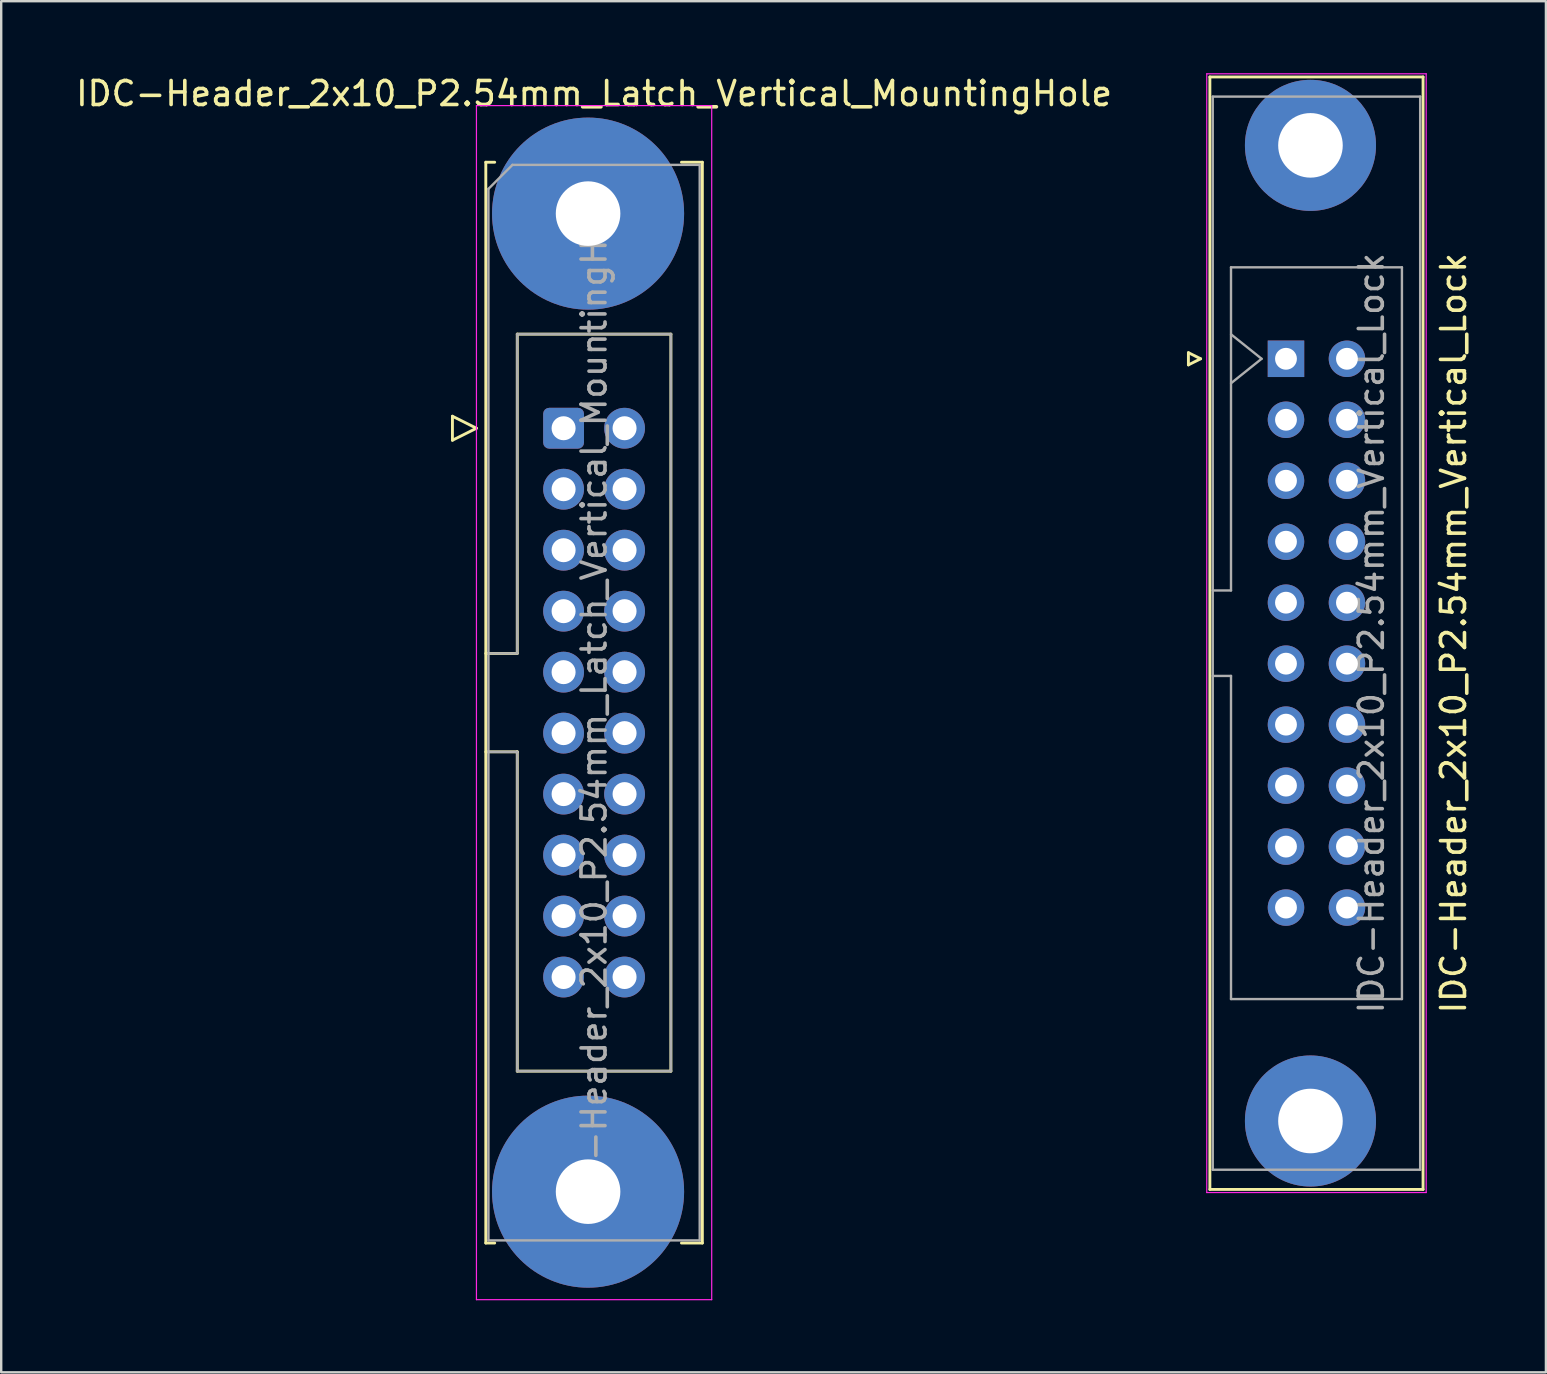
<source format=kicad_pcb>
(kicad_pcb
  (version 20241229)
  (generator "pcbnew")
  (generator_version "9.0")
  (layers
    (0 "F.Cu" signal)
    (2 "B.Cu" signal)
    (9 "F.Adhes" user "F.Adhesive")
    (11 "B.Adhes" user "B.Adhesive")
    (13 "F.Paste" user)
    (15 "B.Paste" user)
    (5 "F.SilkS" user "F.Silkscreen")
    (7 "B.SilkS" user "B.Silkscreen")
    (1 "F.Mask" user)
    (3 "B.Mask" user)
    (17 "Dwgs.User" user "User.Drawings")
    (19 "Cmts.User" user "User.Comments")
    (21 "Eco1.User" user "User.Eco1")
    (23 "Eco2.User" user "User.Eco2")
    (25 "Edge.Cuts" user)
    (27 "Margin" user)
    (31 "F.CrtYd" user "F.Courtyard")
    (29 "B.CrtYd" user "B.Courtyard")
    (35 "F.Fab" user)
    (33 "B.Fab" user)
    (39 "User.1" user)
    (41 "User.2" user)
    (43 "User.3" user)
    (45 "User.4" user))
  (footprint "IDC-Header_2x10_P2.54mm_Vertical_Lock"
    (layer "F.Cu")
    (at 50.517 11.895)
    (property "Reference" "IDC-Header_2x10_P2.54mm_Vertical_Lock" (at 6.98 11.43 270) (layer "F.SilkS") (effects (font (size 1 1) (thickness 0.15))))
    (attr through_hole)
    (fp_line (start -4.064 -0.254) (end -4.064 0.254) (stroke (width 0.12) (type solid)) (layer "F.SilkS"))
    (fp_line (start -4.064 0.254) (end -3.556 0) (stroke (width 0.12) (type solid)) (layer "F.SilkS"))
    (fp_line (start -3.556 0) (end -4.064 -0.254) (stroke (width 0.12) (type solid)) (layer "F.SilkS"))
    (fp_line (start -3.17 34.6) (end -3.17 -11.74) (stroke (width 0.12) (type solid)) (layer "F.SilkS"))
    (fp_line (start -3.17 34.6) (end 5.71 34.6) (stroke (width 0.12) (type solid)) (layer "F.SilkS"))
    (fp_line (start 5.71 -11.74) (end -3.17 -11.74) (stroke (width 0.12) (type solid)) (layer "F.SilkS"))
    (fp_line (start 5.71 -11.74) (end 5.71 34.6) (stroke (width 0.12) (type solid)) (layer "F.SilkS"))
    (fp_line (start -3.3 34.73) (end -3.3 -11.87) (stroke (width 0.05) (type solid)) (layer "F.CrtYd"))
    (fp_line (start -3.3 34.73) (end 5.84 34.73) (stroke (width 0.05) (type solid)) (layer "F.CrtYd"))
    (fp_line (start 5.84 -11.87) (end -3.3 -11.87) (stroke (width 0.05) (type solid)) (layer "F.CrtYd"))
    (fp_line (start 5.84 -11.87) (end 5.84 34.73) (stroke (width 0.05) (type solid)) (layer "F.CrtYd"))
    (fp_line (start -3.05 -10.92) (end -3.05 33.78) (stroke (width 0.1) (type solid)) (layer "F.Fab"))
    (fp_line (start -3.05 9.65) (end -2.29 9.65) (stroke (width 0.1) (type solid)) (layer "F.Fab"))
    (fp_line (start -3.05 33.78) (end 5.59 33.78) (stroke (width 0.1) (type solid)) (layer "F.Fab"))
    (fp_line (start -2.29 -3.81) (end 4.83 -3.81) (stroke (width 0.1) (type solid)) (layer "F.Fab"))
    (fp_line (start -2.29 9.65) (end -2.29 -3.81) (stroke (width 0.1) (type solid)) (layer "F.Fab"))
    (fp_line (start -2.29 13.21) (end -3.05 13.21) (stroke (width 0.1) (type solid)) (layer "F.Fab"))
    (fp_line (start -2.29 26.67) (end -2.29 13.21) (stroke (width 0.1) (type solid)) (layer "F.Fab"))
    (fp_line (start -2.286 -1.016) (end -1.016 0) (stroke (width 0.1) (type solid)) (layer "F.Fab"))
    (fp_line (start -1.016 0) (end -2.286 1.016) (stroke (width 0.1) (type solid)) (layer "F.Fab"))
    (fp_line (start 4.83 -3.81) (end 4.83 26.67) (stroke (width 0.1) (type solid)) (layer "F.Fab"))
    (fp_line (start 4.83 26.67) (end -2.29 26.67) (stroke (width 0.1) (type solid)) (layer "F.Fab"))
    (fp_line (start 5.59 -10.92) (end -3.05 -10.92) (stroke (width 0.1) (type solid)) (layer "F.Fab"))
    (fp_line (start 5.59 33.78) (end 5.59 -10.92) (stroke (width 0.1) (type solid)) (layer "F.Fab"))
    (fp_text user "${REFERENCE}" (at 3.556 11.43 90) (layer "F.Fab") (effects (font (size 1 1) (thickness 0.15))))
    (pad "" thru_hole circle (at 1.02 -8.89 270) (size 5.46 5.46) (drill 2.69) (layers "*.Cu" "*.Mask"))
    (pad "" thru_hole circle (at 1.02 31.75 270) (size 5.46 5.46) (drill 2.69) (layers "*.Cu" "*.Mask"))
    (pad "1" thru_hole rect (at 0 0 270) (size 1.52 1.52) (drill 0.91) (layers "*.Cu" "*.Mask"))
    (pad "2" thru_hole circle (at 2.54 0 270) (size 1.52 1.52) (drill 0.91) (layers "*.Cu" "*.Mask"))
    (pad "3" thru_hole circle (at 0 2.54 270) (size 1.52 1.52) (drill 0.91) (layers "*.Cu" "*.Mask"))
    (pad "4" thru_hole circle (at 2.54 2.54 270) (size 1.52 1.52) (drill 0.91) (layers "*.Cu" "*.Mask"))
    (pad "5" thru_hole circle (at 0 5.08 270) (size 1.52 1.52) (drill 0.91) (layers "*.Cu" "*.Mask"))
    (pad "6" thru_hole circle (at 2.54 5.08 270) (size 1.52 1.52) (drill 0.91) (layers "*.Cu" "*.Mask"))
    (pad "7" thru_hole circle (at 0 7.62 270) (size 1.52 1.52) (drill 0.91) (layers "*.Cu" "*.Mask"))
    (pad "8" thru_hole circle (at 2.54 7.62 270) (size 1.52 1.52) (drill 0.91) (layers "*.Cu" "*.Mask"))
    (pad "9" thru_hole circle (at 0 10.16 270) (size 1.52 1.52) (drill 0.91) (layers "*.Cu" "*.Mask"))
    (pad "10" thru_hole circle (at 2.54 10.16 270) (size 1.52 1.52) (drill 0.91) (layers "*.Cu" "*.Mask"))
    (pad "11" thru_hole circle (at 0 12.7 270) (size 1.52 1.52) (drill 0.91) (layers "*.Cu" "*.Mask"))
    (pad "12" thru_hole circle (at 2.54 12.7 270) (size 1.52 1.52) (drill 0.91) (layers "*.Cu" "*.Mask"))
    (pad "13" thru_hole circle (at 0 15.24 270) (size 1.52 1.52) (drill 0.91) (layers "*.Cu" "*.Mask"))
    (pad "14" thru_hole circle (at 2.54 15.24 270) (size 1.52 1.52) (drill 0.91) (layers "*.Cu" "*.Mask"))
    (pad "15" thru_hole circle (at 0 17.78 270) (size 1.52 1.52) (drill 0.91) (layers "*.Cu" "*.Mask"))
    (pad "16" thru_hole circle (at 2.54 17.78 270) (size 1.52 1.52) (drill 0.91) (layers "*.Cu" "*.Mask"))
    (pad "17" thru_hole circle (at 0 20.32 270) (size 1.52 1.52) (drill 0.91) (layers "*.Cu" "*.Mask"))
    (pad "18" thru_hole circle (at 2.54 20.32 270) (size 1.52 1.52) (drill 0.91) (layers "*.Cu" "*.Mask"))
    (pad "19" thru_hole circle (at 0 22.86 270) (size 1.52 1.52) (drill 0.91) (layers "*.Cu" "*.Mask"))
    (pad "20" thru_hole circle (at 2.54 22.86 270) (size 1.52 1.52) (drill 0.91) (layers "*.Cu" "*.Mask")))
  (footprint "IDC-Header_2x10_P2.54mm_Latch_Vertical_MountingHole"
    (layer "F.Cu")
    (at 20.426 14.788)
    (property "Reference" "IDC-Header_2x10_P2.54mm_Latch_Vertical_MountingHole" (at 1.27 -13.94 0) (layer "F.SilkS") (effects (font (size 1 1) (thickness 0.15))))
    (attr through_hole)
    (fp_line (start -4.63 -0.5) (end -4.63 0.5) (stroke (width 0.12) (type solid)) (layer "F.SilkS"))
    (fp_line (start -4.63 0.5) (end -3.63 0) (stroke (width 0.12) (type solid)) (layer "F.SilkS"))
    (fp_line (start -3.63 0) (end -4.63 -0.5) (stroke (width 0.12) (type solid)) (layer "F.SilkS"))
    (fp_line (start -3.24 -11.08) (end -3.24 33.94) (stroke (width 0.12) (type solid)) (layer "F.SilkS"))
    (fp_line (start -3.24 9.38) (end -1.93 9.38) (stroke (width 0.12) (type solid)) (layer "F.SilkS"))
    (fp_line (start -3.24 33.94) (end -2.87 33.94) (stroke (width 0.12) (type solid)) (layer "F.SilkS"))
    (fp_line (start -2.87 -11.08) (end -3.24 -11.08) (stroke (width 0.12) (type solid)) (layer "F.SilkS"))
    (fp_line (start -1.93 -3.92) (end 4.47 -3.92) (stroke (width 0.12) (type solid)) (layer "F.SilkS"))
    (fp_line (start -1.93 9.38) (end -1.93 -3.92) (stroke (width 0.12) (type solid)) (layer "F.SilkS"))
    (fp_line (start -1.93 13.48) (end -3.24 13.48) (stroke (width 0.12) (type solid)) (layer "F.SilkS"))
    (fp_line (start -1.93 13.48) (end -1.93 13.48) (stroke (width 0.12) (type solid)) (layer "F.SilkS"))
    (fp_line (start -1.93 26.78) (end -1.93 13.48) (stroke (width 0.12) (type solid)) (layer "F.SilkS"))
    (fp_line (start 4.47 -3.92) (end 4.47 26.78) (stroke (width 0.12) (type solid)) (layer "F.SilkS"))
    (fp_line (start 4.47 26.78) (end -1.93 26.78) (stroke (width 0.12) (type solid)) (layer "F.SilkS"))
    (fp_line (start 4.91 -11.08) (end 5.78 -11.08) (stroke (width 0.12) (type solid)) (layer "F.SilkS"))
    (fp_line (start 5.78 -11.08) (end 5.78 33.94) (stroke (width 0.12) (type solid)) (layer "F.SilkS"))
    (fp_line (start 5.78 33.94) (end 4.91 33.94) (stroke (width 0.12) (type solid)) (layer "F.SilkS"))
    (fp_line (start -3.63 -13.44) (end -3.63 36.3) (stroke (width 0.05) (type solid)) (layer "F.CrtYd"))
    (fp_line (start -3.63 36.3) (end 6.17 36.3) (stroke (width 0.05) (type solid)) (layer "F.CrtYd"))
    (fp_line (start 6.17 -13.44) (end -3.63 -13.44) (stroke (width 0.05) (type solid)) (layer "F.CrtYd"))
    (fp_line (start 6.17 36.3) (end 6.17 -13.44) (stroke (width 0.05) (type solid)) (layer "F.CrtYd"))
    (fp_line (start -3.13 -9.97) (end -2.13 -10.97) (stroke (width 0.1) (type solid)) (layer "F.Fab"))
    (fp_line (start -3.13 9.38) (end -1.93 9.38) (stroke (width 0.1) (type solid)) (layer "F.Fab"))
    (fp_line (start -3.13 33.83) (end -3.13 -9.97) (stroke (width 0.1) (type solid)) (layer "F.Fab"))
    (fp_line (start -2.13 -10.97) (end 5.67 -10.97) (stroke (width 0.1) (type solid)) (layer "F.Fab"))
    (fp_line (start -1.93 -3.92) (end 4.47 -3.92) (stroke (width 0.1) (type solid)) (layer "F.Fab"))
    (fp_line (start -1.93 9.38) (end -1.93 -3.92) (stroke (width 0.1) (type solid)) (layer "F.Fab"))
    (fp_line (start -1.93 13.48) (end -3.13 13.48) (stroke (width 0.1) (type solid)) (layer "F.Fab"))
    (fp_line (start -1.93 13.48) (end -1.93 13.48) (stroke (width 0.1) (type solid)) (layer "F.Fab"))
    (fp_line (start -1.93 26.78) (end -1.93 13.48) (stroke (width 0.1) (type solid)) (layer "F.Fab"))
    (fp_line (start 4.47 -3.92) (end 4.47 26.78) (stroke (width 0.1) (type solid)) (layer "F.Fab"))
    (fp_line (start 4.47 26.78) (end -1.93 26.78) (stroke (width 0.1) (type solid)) (layer "F.Fab"))
    (fp_line (start 5.67 -10.97) (end 5.67 33.83) (stroke (width 0.1) (type solid)) (layer "F.Fab"))
    (fp_line (start 5.67 33.83) (end -3.13 33.83) (stroke (width 0.1) (type solid)) (layer "F.Fab"))
    (fp_text user "${REFERENCE}" (at 1.27 11.43 90) (layer "F.Fab") (effects (font (size 1 1) (thickness 0.15))))
    (pad "" thru_hole circle (at 1.02 -8.94) (size 8 8) (drill 2.69) (layers "*.Cu" "*.Mask"))
    (pad "" thru_hole circle (at 1.02 31.8) (size 8 8) (drill 2.69) (layers "*.Cu" "*.Mask"))
    (pad "1" thru_hole roundrect (at 0 0) (size 1.7 1.7) (drill 1) (layers "*.Cu" "*.Mask") (roundrect_rratio 0.147))
    (pad "2" thru_hole circle (at 2.54 0) (size 1.7 1.7) (drill 1) (layers "*.Cu" "*.Mask"))
    (pad "3" thru_hole circle (at 0 2.54) (size 1.7 1.7) (drill 1) (layers "*.Cu" "*.Mask"))
    (pad "4" thru_hole circle (at 2.54 2.54) (size 1.7 1.7) (drill 1) (layers "*.Cu" "*.Mask"))
    (pad "5" thru_hole circle (at 0 5.08) (size 1.7 1.7) (drill 1) (layers "*.Cu" "*.Mask"))
    (pad "6" thru_hole circle (at 2.54 5.08) (size 1.7 1.7) (drill 1) (layers "*.Cu" "*.Mask"))
    (pad "7" thru_hole circle (at 0 7.62) (size 1.7 1.7) (drill 1) (layers "*.Cu" "*.Mask"))
    (pad "8" thru_hole circle (at 2.54 7.62) (size 1.7 1.7) (drill 1) (layers "*.Cu" "*.Mask"))
    (pad "9" thru_hole circle (at 0 10.16) (size 1.7 1.7) (drill 1) (layers "*.Cu" "*.Mask"))
    (pad "10" thru_hole circle (at 2.54 10.16) (size 1.7 1.7) (drill 1) (layers "*.Cu" "*.Mask"))
    (pad "11" thru_hole circle (at 0 12.7) (size 1.7 1.7) (drill 1) (layers "*.Cu" "*.Mask"))
    (pad "12" thru_hole circle (at 2.54 12.7) (size 1.7 1.7) (drill 1) (layers "*.Cu" "*.Mask"))
    (pad "13" thru_hole circle (at 0 15.24) (size 1.7 1.7) (drill 1) (layers "*.Cu" "*.Mask"))
    (pad "14" thru_hole circle (at 2.54 15.24) (size 1.7 1.7) (drill 1) (layers "*.Cu" "*.Mask"))
    (pad "15" thru_hole circle (at 0 17.78) (size 1.7 1.7) (drill 1) (layers "*.Cu" "*.Mask"))
    (pad "16" thru_hole circle (at 2.54 17.78) (size 1.7 1.7) (drill 1) (layers "*.Cu" "*.Mask"))
    (pad "17" thru_hole circle (at 0 20.32) (size 1.7 1.7) (drill 1) (layers "*.Cu" "*.Mask"))
    (pad "18" thru_hole circle (at 2.54 20.32) (size 1.7 1.7) (drill 1) (layers "*.Cu" "*.Mask"))
    (pad "19" thru_hole circle (at 0 22.86) (size 1.7 1.7) (drill 1) (layers "*.Cu" "*.Mask"))
    (pad "20" thru_hole circle (at 2.54 22.86) (size 1.7 1.7) (drill 1) (layers "*.Cu" "*.Mask")))
  (gr_rect
    (start -3 -3)
    (end 61.345 54.113)
    (stroke (width 0.1) (type default))
    (fill no)
    (layer "Edge.Cuts")))
</source>
